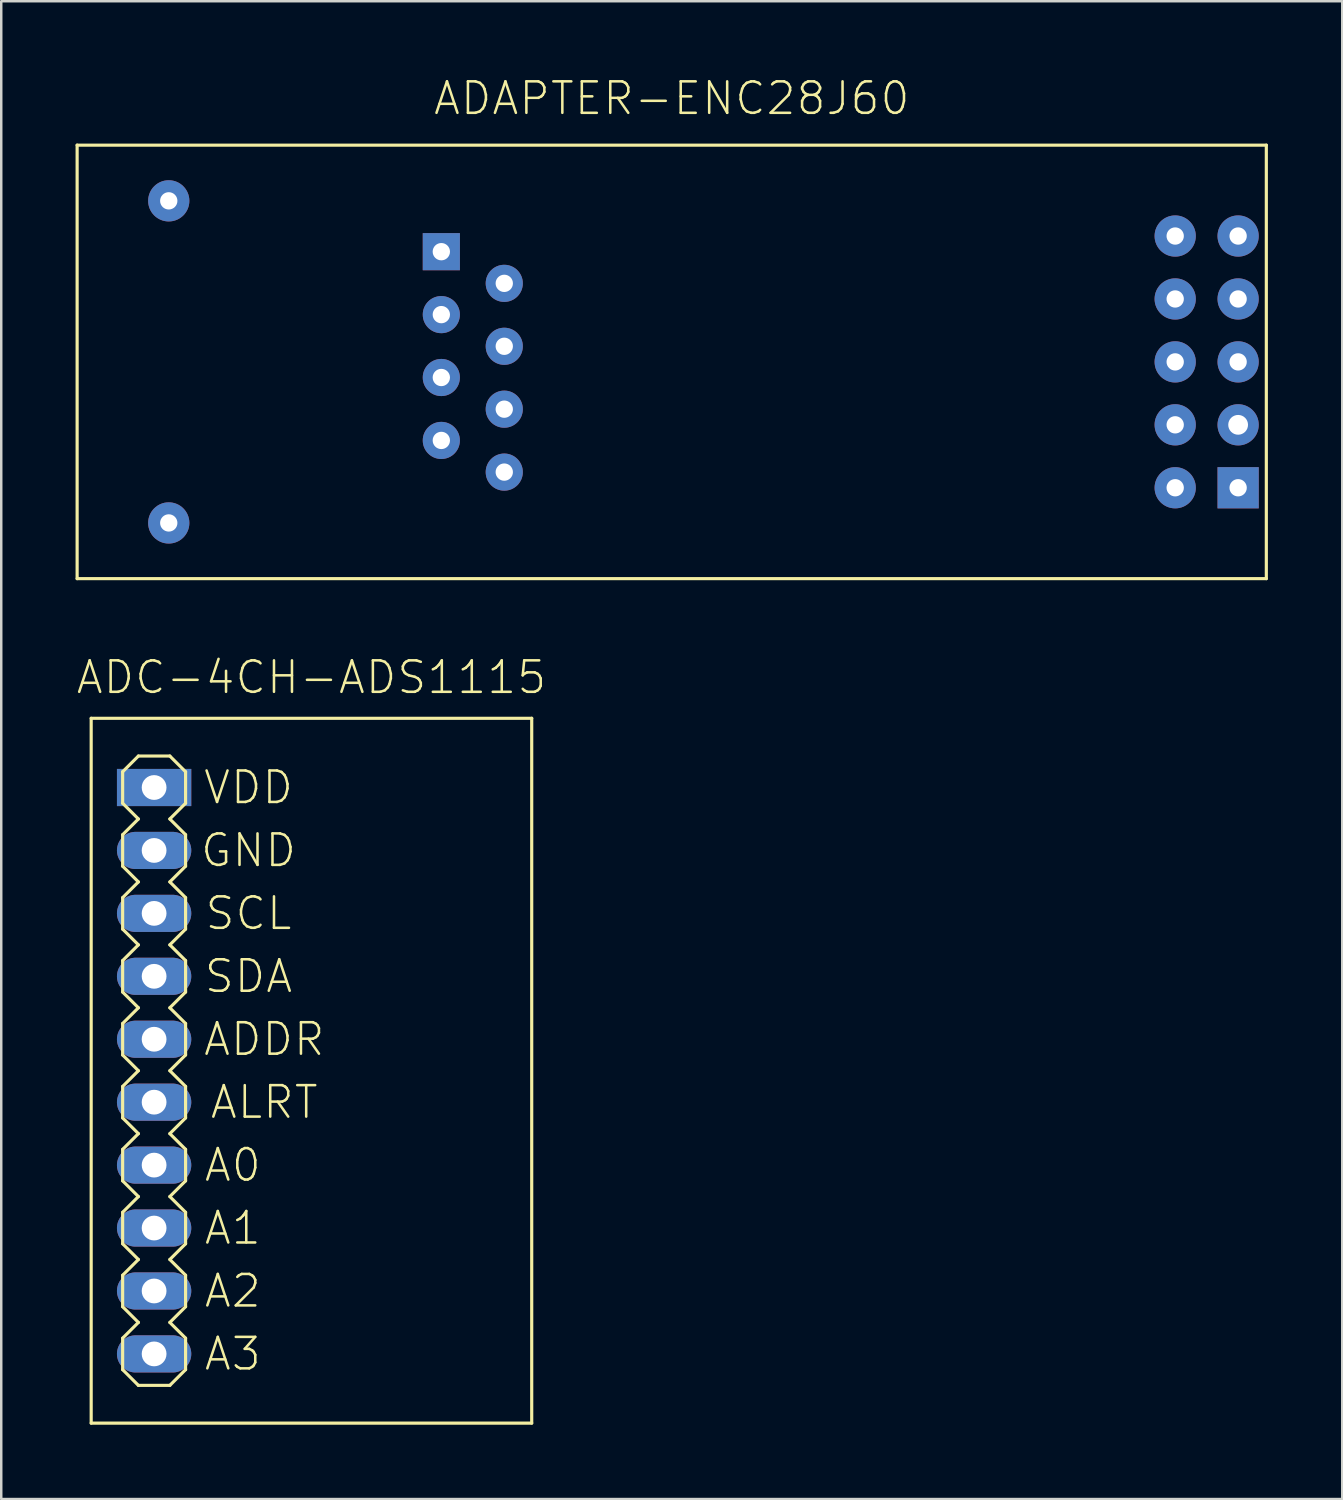
<source format=kicad_pcb>
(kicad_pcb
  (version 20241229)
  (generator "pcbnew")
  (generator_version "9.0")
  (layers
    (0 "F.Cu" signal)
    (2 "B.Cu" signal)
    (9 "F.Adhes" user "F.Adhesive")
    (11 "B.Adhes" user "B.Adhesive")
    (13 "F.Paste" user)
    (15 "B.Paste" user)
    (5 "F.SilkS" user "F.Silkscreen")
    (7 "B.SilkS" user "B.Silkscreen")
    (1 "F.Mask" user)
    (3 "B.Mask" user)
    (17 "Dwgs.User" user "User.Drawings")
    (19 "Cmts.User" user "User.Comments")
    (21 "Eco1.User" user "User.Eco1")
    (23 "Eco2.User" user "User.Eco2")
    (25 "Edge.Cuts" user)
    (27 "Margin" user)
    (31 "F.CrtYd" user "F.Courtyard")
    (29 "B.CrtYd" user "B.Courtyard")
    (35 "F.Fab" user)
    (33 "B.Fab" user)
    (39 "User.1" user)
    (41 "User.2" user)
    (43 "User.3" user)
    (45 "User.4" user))
  (footprint "ADAPTER-ENC28J60"
    (layer "F.Cu")
    (at 24.061 11.556)
    (property "Reference" "ADAPTER-ENC28J60" (at 0 -10.635 0) (layer "F.SilkS") (effects (font (size 1.27 1.27) (thickness 0.102))))
    (attr exclude_from_pos_files exclude_from_bom)
    (fp_line (start -23.998 -8.748) (end -23.998 8.748) (stroke (width 0.127) (type solid)) (layer "F.SilkS"))
    (fp_line (start 23.998 -8.748) (end -23.998 -8.748) (stroke (width 0.127) (type solid)) (layer "F.SilkS"))
    (fp_line (start 23.998 -8.748) (end 23.998 8.748) (stroke (width 0.127) (type solid)) (layer "F.SilkS"))
    (fp_line (start 23.998 8.748) (end -23.998 8.748) (stroke (width 0.127) (type solid)) (layer "F.SilkS"))
    (pad "1" thru_hole rect (at 22.86 5.08) (size 1.664 1.664) (drill 0.699) (layers "*.Cu" "*.Paste" "*.Mask"))
    (pad "2" thru_hole circle (at 20.32 5.08) (size 1.664 1.664) (drill 0.699) (layers "*.Cu" "*.Paste" "*.Mask"))
    (pad "3" thru_hole circle (at 22.86 2.54) (size 1.664 1.664) (drill 0.798) (layers "*.Cu" "*.Paste" "*.Mask"))
    (pad "4" thru_hole circle (at 20.32 2.54) (size 1.664 1.664) (drill 0.699) (layers "*.Cu" "*.Paste" "*.Mask"))
    (pad "5" thru_hole circle (at 22.86 0) (size 1.664 1.664) (drill 0.699) (layers "*.Cu" "*.Paste" "*.Mask"))
    (pad "6" thru_hole circle (at 20.32 0) (size 1.664 1.664) (drill 0.699) (layers "*.Cu" "*.Paste" "*.Mask"))
    (pad "7" thru_hole circle (at 22.86 -2.54) (size 1.664 1.664) (drill 0.699) (layers "*.Cu" "*.Paste" "*.Mask"))
    (pad "8" thru_hole circle (at 20.32 -2.54) (size 1.664 1.664) (drill 0.699) (layers "*.Cu" "*.Paste" "*.Mask"))
    (pad "9" thru_hole circle (at 22.86 -5.08) (size 1.664 1.664) (drill 0.699) (layers "*.Cu" "*.Paste" "*.Mask"))
    (pad "10" thru_hole circle (at 20.32 -5.08) (size 1.664 1.664) (drill 0.699) (layers "*.Cu" "*.Paste" "*.Mask"))
    (pad "11" thru_hole rect (at -9.299 -4.448) (size 1.499 1.499) (drill 0.699) (layers "*.Cu" "*.Paste" "*.Mask"))
    (pad "12" thru_hole circle (at -6.759 -3.17) (size 1.499 1.499) (drill 0.699) (layers "*.Cu" "*.Paste" "*.Mask"))
    (pad "13" thru_hole circle (at -9.299 -1.908) (size 1.499 1.499) (drill 0.699) (layers "*.Cu" "*.Paste" "*.Mask"))
    (pad "14" thru_hole circle (at -6.759 -0.63) (size 1.499 1.499) (drill 0.699) (layers "*.Cu" "*.Paste" "*.Mask"))
    (pad "15" thru_hole circle (at -9.299 0.63) (size 1.499 1.499) (drill 0.699) (layers "*.Cu" "*.Paste" "*.Mask"))
    (pad "16" thru_hole circle (at -6.759 1.908) (size 1.499 1.499) (drill 0.699) (layers "*.Cu" "*.Paste" "*.Mask"))
    (pad "17" thru_hole circle (at -9.299 3.17) (size 1.499 1.499) (drill 0.699) (layers "*.Cu" "*.Paste" "*.Mask"))
    (pad "18" thru_hole circle (at -6.759 4.448) (size 1.499 1.499) (drill 0.699) (layers "*.Cu" "*.Paste" "*.Mask"))
    (pad "19" thru_hole circle (at -20.3 -6.5) (size 1.664 1.664) (drill 0.699) (layers "*.Cu" "*.Paste" "*.Mask"))
    (pad "22" thru_hole circle (at -20.3 6.5) (size 1.664 1.664) (drill 0.699) (layers "*.Cu" "*.Paste" "*.Mask")))
  (footprint "ADC-4CH-ADS1115"
    (layer "F.Cu")
    (at 9.52 40.164)
    (property "Reference" "ADC-4CH-ADS1115" (at 0 -15.875 0) (layer "F.SilkS") (effects (font (size 1.27 1.27) (thickness 0.102))))
    (attr through_hole exclude_from_pos_files exclude_from_bom)
    (fp_line (start -8.89 -14.224) (end -8.89 14.224) (stroke (width 0.127) (type solid)) (layer "F.SilkS"))
    (fp_line (start -8.89 -14.224) (end 8.89 -14.224) (stroke (width 0.127) (type solid)) (layer "F.SilkS"))
    (fp_line (start -7.62 -12.065) (end -6.985 -12.7) (stroke (width 0.127) (type solid)) (layer "F.SilkS"))
    (fp_line (start -7.62 -10.795) (end -7.62 -12.065) (stroke (width 0.127) (type solid)) (layer "F.SilkS"))
    (fp_line (start -7.62 -9.525) (end -6.985 -10.16) (stroke (width 0.127) (type solid)) (layer "F.SilkS"))
    (fp_line (start -7.62 -8.255) (end -7.62 -9.525) (stroke (width 0.127) (type solid)) (layer "F.SilkS"))
    (fp_line (start -7.62 -6.985) (end -6.985 -7.62) (stroke (width 0.127) (type solid)) (layer "F.SilkS"))
    (fp_line (start -7.62 -5.715) (end -7.62 -6.985) (stroke (width 0.127) (type solid)) (layer "F.SilkS"))
    (fp_line (start -7.62 -4.445) (end -6.985 -5.08) (stroke (width 0.127) (type solid)) (layer "F.SilkS"))
    (fp_line (start -7.62 -3.175) (end -7.62 -4.445) (stroke (width 0.127) (type solid)) (layer "F.SilkS"))
    (fp_line (start -7.62 -1.905) (end -6.985 -2.54) (stroke (width 0.127) (type solid)) (layer "F.SilkS"))
    (fp_line (start -7.62 -0.635) (end -7.62 -1.905) (stroke (width 0.127) (type solid)) (layer "F.SilkS"))
    (fp_line (start -7.62 0.635) (end -6.985 0) (stroke (width 0.127) (type solid)) (layer "F.SilkS"))
    (fp_line (start -7.62 1.905) (end -7.62 0.635) (stroke (width 0.127) (type solid)) (layer "F.SilkS"))
    (fp_line (start -7.62 3.175) (end -6.985 2.54) (stroke (width 0.127) (type solid)) (layer "F.SilkS"))
    (fp_line (start -7.62 4.445) (end -7.62 3.175) (stroke (width 0.127) (type solid)) (layer "F.SilkS"))
    (fp_line (start -7.62 5.715) (end -7.62 6.985) (stroke (width 0.127) (type solid)) (layer "F.SilkS"))
    (fp_line (start -7.62 6.985) (end -6.985 7.62) (stroke (width 0.127) (type solid)) (layer "F.SilkS"))
    (fp_line (start -7.62 8.255) (end -7.62 9.525) (stroke (width 0.127) (type solid)) (layer "F.SilkS"))
    (fp_line (start -7.62 9.525) (end -6.985 10.16) (stroke (width 0.127) (type solid)) (layer "F.SilkS"))
    (fp_line (start -7.62 10.795) (end -7.62 12.065) (stroke (width 0.127) (type solid)) (layer "F.SilkS"))
    (fp_line (start -7.62 12.065) (end -6.985 12.7) (stroke (width 0.127) (type solid)) (layer "F.SilkS"))
    (fp_line (start -6.985 -12.7) (end -5.715 -12.7) (stroke (width 0.127) (type solid)) (layer "F.SilkS"))
    (fp_line (start -6.985 -10.16) (end -7.62 -10.795) (stroke (width 0.127) (type solid)) (layer "F.SilkS"))
    (fp_line (start -6.985 -7.62) (end -7.62 -8.255) (stroke (width 0.127) (type solid)) (layer "F.SilkS"))
    (fp_line (start -6.985 -5.08) (end -7.62 -5.715) (stroke (width 0.127) (type solid)) (layer "F.SilkS"))
    (fp_line (start -6.985 -2.54) (end -7.62 -3.175) (stroke (width 0.127) (type solid)) (layer "F.SilkS"))
    (fp_line (start -6.985 0) (end -7.62 -0.635) (stroke (width 0.127) (type solid)) (layer "F.SilkS"))
    (fp_line (start -6.985 2.54) (end -7.62 1.905) (stroke (width 0.127) (type solid)) (layer "F.SilkS"))
    (fp_line (start -6.985 5.08) (end -7.62 4.445) (stroke (width 0.127) (type solid)) (layer "F.SilkS"))
    (fp_line (start -6.985 5.08) (end -7.62 5.715) (stroke (width 0.127) (type solid)) (layer "F.SilkS"))
    (fp_line (start -6.985 7.62) (end -7.62 8.255) (stroke (width 0.127) (type solid)) (layer "F.SilkS"))
    (fp_line (start -6.985 10.16) (end -7.62 10.795) (stroke (width 0.127) (type solid)) (layer "F.SilkS"))
    (fp_line (start -6.985 12.7) (end -5.715 12.7) (stroke (width 0.127) (type solid)) (layer "F.SilkS"))
    (fp_line (start -5.715 -12.7) (end -5.08 -12.065) (stroke (width 0.127) (type solid)) (layer "F.SilkS"))
    (fp_line (start -5.715 -10.16) (end -5.08 -9.525) (stroke (width 0.127) (type solid)) (layer "F.SilkS"))
    (fp_line (start -5.715 -7.62) (end -5.08 -6.985) (stroke (width 0.127) (type solid)) (layer "F.SilkS"))
    (fp_line (start -5.715 -5.08) (end -5.08 -4.445) (stroke (width 0.127) (type solid)) (layer "F.SilkS"))
    (fp_line (start -5.715 -2.54) (end -5.08 -1.905) (stroke (width 0.127) (type solid)) (layer "F.SilkS"))
    (fp_line (start -5.715 0) (end -5.08 0.635) (stroke (width 0.127) (type solid)) (layer "F.SilkS"))
    (fp_line (start -5.715 2.54) (end -5.08 3.175) (stroke (width 0.127) (type solid)) (layer "F.SilkS"))
    (fp_line (start -5.715 7.62) (end -5.08 6.985) (stroke (width 0.127) (type solid)) (layer "F.SilkS"))
    (fp_line (start -5.715 10.16) (end -5.08 9.525) (stroke (width 0.127) (type solid)) (layer "F.SilkS"))
    (fp_line (start -5.715 12.7) (end -5.08 12.065) (stroke (width 0.127) (type solid)) (layer "F.SilkS"))
    (fp_line (start -5.08 -12.065) (end -5.08 -10.795) (stroke (width 0.127) (type solid)) (layer "F.SilkS"))
    (fp_line (start -5.08 -10.795) (end -5.715 -10.16) (stroke (width 0.127) (type solid)) (layer "F.SilkS"))
    (fp_line (start -5.08 -9.525) (end -5.08 -8.255) (stroke (width 0.127) (type solid)) (layer "F.SilkS"))
    (fp_line (start -5.08 -8.255) (end -5.715 -7.62) (stroke (width 0.127) (type solid)) (layer "F.SilkS"))
    (fp_line (start -5.08 -6.985) (end -5.08 -5.715) (stroke (width 0.127) (type solid)) (layer "F.SilkS"))
    (fp_line (start -5.08 -5.715) (end -5.715 -5.08) (stroke (width 0.127) (type solid)) (layer "F.SilkS"))
    (fp_line (start -5.08 -4.445) (end -5.08 -3.175) (stroke (width 0.127) (type solid)) (layer "F.SilkS"))
    (fp_line (start -5.08 -3.175) (end -5.715 -2.54) (stroke (width 0.127) (type solid)) (layer "F.SilkS"))
    (fp_line (start -5.08 -1.905) (end -5.08 -0.635) (stroke (width 0.127) (type solid)) (layer "F.SilkS"))
    (fp_line (start -5.08 -0.635) (end -5.715 0) (stroke (width 0.127) (type solid)) (layer "F.SilkS"))
    (fp_line (start -5.08 0.635) (end -5.08 1.905) (stroke (width 0.127) (type solid)) (layer "F.SilkS"))
    (fp_line (start -5.08 1.905) (end -5.715 2.54) (stroke (width 0.127) (type solid)) (layer "F.SilkS"))
    (fp_line (start -5.08 3.175) (end -5.08 4.445) (stroke (width 0.127) (type solid)) (layer "F.SilkS"))
    (fp_line (start -5.08 4.445) (end -5.715 5.08) (stroke (width 0.127) (type solid)) (layer "F.SilkS"))
    (fp_line (start -5.08 5.715) (end -5.715 5.08) (stroke (width 0.127) (type solid)) (layer "F.SilkS"))
    (fp_line (start -5.08 6.985) (end -5.08 5.715) (stroke (width 0.127) (type solid)) (layer "F.SilkS"))
    (fp_line (start -5.08 8.255) (end -5.715 7.62) (stroke (width 0.127) (type solid)) (layer "F.SilkS"))
    (fp_line (start -5.08 9.525) (end -5.08 8.255) (stroke (width 0.127) (type solid)) (layer "F.SilkS"))
    (fp_line (start -5.08 10.795) (end -5.715 10.16) (stroke (width 0.127) (type solid)) (layer "F.SilkS"))
    (fp_line (start -5.08 12.065) (end -5.08 10.795) (stroke (width 0.127) (type solid)) (layer "F.SilkS"))
    (fp_line (start 8.89 -14.224) (end 8.89 14.224) (stroke (width 0.127) (type solid)) (layer "F.SilkS"))
    (fp_line (start 8.89 14.224) (end -8.89 14.224) (stroke (width 0.127) (type solid)) (layer "F.SilkS"))
    (fp_text user "ADDR" (at -1.905 -1.27 0) (layer "F.SilkS") (effects (font (size 1.27 1.27) (thickness 0.102))))
    (fp_text user "SCL" (at -2.54 -6.35 0) (layer "F.SilkS") (effects (font (size 1.27 1.27) (thickness 0.102))))
    (fp_text user "VDD" (at -2.54 -11.43 0) (layer "F.SilkS") (effects (font (size 1.27 1.27) (thickness 0.102))))
    (fp_text user "GND" (at -2.54 -8.89 0) (layer "F.SilkS") (effects (font (size 1.27 1.27) (thickness 0.102))))
    (fp_text user "A2" (at -3.175 8.89 0) (layer "F.SilkS") (effects (font (size 1.27 1.27) (thickness 0.102))))
    (fp_text user "SDA" (at -2.54 -3.81 0) (layer "F.SilkS") (effects (font (size 1.27 1.27) (thickness 0.102))))
    (fp_text user "A3" (at -3.175 11.43 0) (layer "F.SilkS") (effects (font (size 1.27 1.27) (thickness 0.102))))
    (fp_text user "ALRT" (at -1.905 1.27 0) (layer "F.SilkS") (effects (font (size 1.27 1.27) (thickness 0.102))))
    (fp_text user "A0" (at -3.175 3.81 0) (layer "F.SilkS") (effects (font (size 1.27 1.27) (thickness 0.102))))
    (fp_text user "A1" (at -3.175 6.35 0) (layer "F.SilkS") (effects (font (size 1.27 1.27) (thickness 0.102))))
    (pad "1" thru_hole rect (at -6.35 -11.43) (size 3 1.5) (drill 1) (layers "*.Cu" "*.Mask"))
    (pad "2" thru_hole oval (at -6.35 -8.89) (size 3 1.5) (drill 1) (layers "*.Cu" "*.Mask"))
    (pad "3" thru_hole oval (at -6.35 -6.35) (size 3 1.5) (drill 1) (layers "*.Cu" "*.Mask"))
    (pad "4" thru_hole oval (at -6.35 -3.81) (size 3 1.5) (drill 1) (layers "*.Cu" "*.Mask"))
    (pad "5" thru_hole oval (at -6.35 -1.27) (size 3 1.5) (drill 1) (layers "*.Cu" "*.Mask"))
    (pad "6" thru_hole oval (at -6.35 1.27) (size 3 1.5) (drill 1) (layers "*.Cu" "*.Mask"))
    (pad "7" thru_hole oval (at -6.35 3.81) (size 3 1.5) (drill 1) (layers "*.Cu" "*.Mask"))
    (pad "8" thru_hole oval (at -6.35 6.35) (size 3 1.5) (drill 1) (layers "*.Cu" "*.Mask"))
    (pad "9" thru_hole oval (at -6.35 8.89) (size 3 1.5) (drill 1) (layers "*.Cu" "*.Mask"))
    (pad "10" thru_hole oval (at -6.35 11.43) (size 3 1.5) (drill 1) (layers "*.Cu" "*.Mask")))
  (gr_rect
    (start -3 -3)
    (end 51.123 57.451)
    (stroke (width 0.1) (type default))
    (fill no)
    (layer "Edge.Cuts")))
</source>
